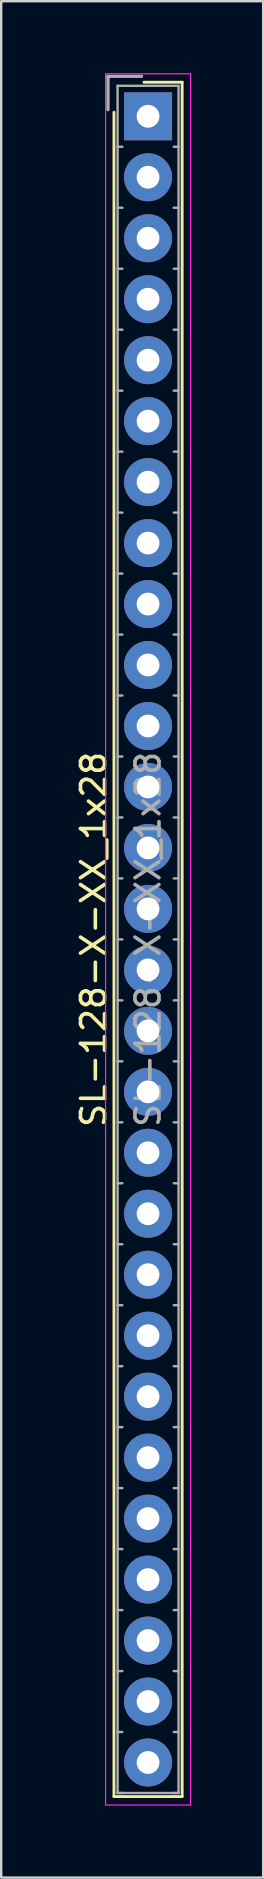
<source format=kicad_pcb>
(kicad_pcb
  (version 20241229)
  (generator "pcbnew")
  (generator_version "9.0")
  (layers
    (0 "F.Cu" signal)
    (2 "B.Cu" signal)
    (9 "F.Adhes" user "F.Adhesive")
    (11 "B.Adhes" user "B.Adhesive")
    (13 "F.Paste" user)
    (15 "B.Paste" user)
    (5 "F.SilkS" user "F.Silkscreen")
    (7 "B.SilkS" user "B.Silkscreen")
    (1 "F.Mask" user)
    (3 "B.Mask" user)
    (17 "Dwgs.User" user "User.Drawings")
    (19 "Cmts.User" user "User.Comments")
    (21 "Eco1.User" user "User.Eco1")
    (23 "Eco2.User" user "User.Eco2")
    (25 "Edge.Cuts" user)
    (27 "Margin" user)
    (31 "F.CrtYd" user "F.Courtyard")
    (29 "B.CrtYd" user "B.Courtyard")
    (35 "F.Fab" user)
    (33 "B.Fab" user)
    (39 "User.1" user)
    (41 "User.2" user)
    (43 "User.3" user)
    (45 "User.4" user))
  (footprint "SL-128-X-XX_1x28"
    (layer "F.Cu")
    (at 3.118 1.795)
    (property "Reference" "SL-128-X-XX_1x28" (at -2.27 34.29 90) (layer "F.SilkS") (effects (font (size 1 1) (thickness 0.15))))
    (attr through_hole)
    (fp_line (start -1.67 -1.67) (end -1.67 -0.27) (stroke (width 0.12) (type solid)) (layer "F.SilkS"))
    (fp_line (start -1.42 70) (end -1.42 -0.17) (stroke (width 0.12) (type solid)) (layer "F.SilkS"))
    (fp_line (start -0.27 -1.67) (end -1.67 -1.67) (stroke (width 0.12) (type solid)) (layer "F.SilkS"))
    (fp_line (start -0.17 -1.42) (end 1.42 -1.42) (stroke (width 0.12) (type solid)) (layer "F.SilkS"))
    (fp_line (start 1.42 -1.42) (end 1.42 70) (stroke (width 0.12) (type solid)) (layer "F.SilkS"))
    (fp_line (start 1.42 70) (end -1.42 70) (stroke (width 0.12) (type solid)) (layer "F.SilkS"))
    (fp_line (start -1.77 -1.77) (end -1.77 70.35) (stroke (width 0.05) (type solid)) (layer "F.CrtYd"))
    (fp_line (start -1.77 70.35) (end 1.77 70.35) (stroke (width 0.05) (type solid)) (layer "F.CrtYd"))
    (fp_line (start 1.77 -1.77) (end -1.77 -1.77) (stroke (width 0.05) (type solid)) (layer "F.CrtYd"))
    (fp_line (start 1.77 70.35) (end 1.77 -1.77) (stroke (width 0.05) (type solid)) (layer "F.CrtYd"))
    (fp_line (start -1.67 -1.67) (end -1.67 -0.27) (stroke (width 0.1) (type solid)) (layer "F.Fab"))
    (fp_line (start -1.27 -1.27) (end -1.27 69.85) (stroke (width 0.1) (type solid)) (layer "F.Fab"))
    (fp_line (start -1.27 1.27) (end -1.07 1.27) (stroke (width 0.1) (type solid)) (layer "F.Fab"))
    (fp_line (start -1.27 3.81) (end -1.07 3.81) (stroke (width 0.1) (type solid)) (layer "F.Fab"))
    (fp_line (start -1.27 6.35) (end -1.07 6.35) (stroke (width 0.1) (type solid)) (layer "F.Fab"))
    (fp_line (start -1.27 8.89) (end -1.07 8.89) (stroke (width 0.1) (type solid)) (layer "F.Fab"))
    (fp_line (start -1.27 11.43) (end -1.07 11.43) (stroke (width 0.1) (type solid)) (layer "F.Fab"))
    (fp_line (start -1.27 13.97) (end -1.07 13.97) (stroke (width 0.1) (type solid)) (layer "F.Fab"))
    (fp_line (start -1.27 16.51) (end -1.07 16.51) (stroke (width 0.1) (type solid)) (layer "F.Fab"))
    (fp_line (start -1.27 19.05) (end -1.07 19.05) (stroke (width 0.1) (type solid)) (layer "F.Fab"))
    (fp_line (start -1.27 21.59) (end -1.07 21.59) (stroke (width 0.1) (type solid)) (layer "F.Fab"))
    (fp_line (start -1.27 24.13) (end -1.07 24.13) (stroke (width 0.1) (type solid)) (layer "F.Fab"))
    (fp_line (start -1.27 26.67) (end -1.07 26.67) (stroke (width 0.1) (type solid)) (layer "F.Fab"))
    (fp_line (start -1.27 29.21) (end -1.07 29.21) (stroke (width 0.1) (type solid)) (layer "F.Fab"))
    (fp_line (start -1.27 31.75) (end -1.07 31.75) (stroke (width 0.1) (type solid)) (layer "F.Fab"))
    (fp_line (start -1.27 34.29) (end -1.07 34.29) (stroke (width 0.1) (type solid)) (layer "F.Fab"))
    (fp_line (start -1.27 36.83) (end -1.07 36.83) (stroke (width 0.1) (type solid)) (layer "F.Fab"))
    (fp_line (start -1.27 39.37) (end -1.07 39.37) (stroke (width 0.1) (type solid)) (layer "F.Fab"))
    (fp_line (start -1.27 41.91) (end -1.07 41.91) (stroke (width 0.1) (type solid)) (layer "F.Fab"))
    (fp_line (start -1.27 44.45) (end -1.07 44.45) (stroke (width 0.1) (type solid)) (layer "F.Fab"))
    (fp_line (start -1.27 46.99) (end -1.07 46.99) (stroke (width 0.1) (type solid)) (layer "F.Fab"))
    (fp_line (start -1.27 49.53) (end -1.07 49.53) (stroke (width 0.1) (type solid)) (layer "F.Fab"))
    (fp_line (start -1.27 52.07) (end -1.07 52.07) (stroke (width 0.1) (type solid)) (layer "F.Fab"))
    (fp_line (start -1.27 54.61) (end -1.07 54.61) (stroke (width 0.1) (type solid)) (layer "F.Fab"))
    (fp_line (start -1.27 57.15) (end -1.07 57.15) (stroke (width 0.1) (type solid)) (layer "F.Fab"))
    (fp_line (start -1.27 59.69) (end -1.07 59.69) (stroke (width 0.1) (type solid)) (layer "F.Fab"))
    (fp_line (start -1.27 62.23) (end -1.07 62.23) (stroke (width 0.1) (type solid)) (layer "F.Fab"))
    (fp_line (start -1.27 64.77) (end -1.07 64.77) (stroke (width 0.1) (type solid)) (layer "F.Fab"))
    (fp_line (start -1.27 67.31) (end -1.07 67.31) (stroke (width 0.1) (type solid)) (layer "F.Fab"))
    (fp_line (start -1.27 69.85) (end -1.07 69.85) (stroke (width 0.1) (type solid)) (layer "F.Fab"))
    (fp_line (start -1.27 69.85) (end 1.27 69.85) (stroke (width 0.1) (type solid)) (layer "F.Fab"))
    (fp_line (start -0.27 -1.67) (end -1.67 -1.67) (stroke (width 0.1) (type solid)) (layer "F.Fab"))
    (fp_line (start 1.27 -1.27) (end -1.27 -1.27) (stroke (width 0.1) (type solid)) (layer "F.Fab"))
    (fp_line (start 1.27 1.27) (end 1.07 1.27) (stroke (width 0.1) (type solid)) (layer "F.Fab"))
    (fp_line (start 1.27 3.81) (end 1.07 3.81) (stroke (width 0.1) (type solid)) (layer "F.Fab"))
    (fp_line (start 1.27 6.35) (end 1.07 6.35) (stroke (width 0.1) (type solid)) (layer "F.Fab"))
    (fp_line (start 1.27 8.89) (end 1.07 8.89) (stroke (width 0.1) (type solid)) (layer "F.Fab"))
    (fp_line (start 1.27 11.43) (end 1.07 11.43) (stroke (width 0.1) (type solid)) (layer "F.Fab"))
    (fp_line (start 1.27 13.97) (end 1.07 13.97) (stroke (width 0.1) (type solid)) (layer "F.Fab"))
    (fp_line (start 1.27 16.51) (end 1.07 16.51) (stroke (width 0.1) (type solid)) (layer "F.Fab"))
    (fp_line (start 1.27 19.05) (end 1.07 19.05) (stroke (width 0.1) (type solid)) (layer "F.Fab"))
    (fp_line (start 1.27 21.59) (end 1.07 21.59) (stroke (width 0.1) (type solid)) (layer "F.Fab"))
    (fp_line (start 1.27 24.13) (end 1.07 24.13) (stroke (width 0.1) (type solid)) (layer "F.Fab"))
    (fp_line (start 1.27 26.67) (end 1.07 26.67) (stroke (width 0.1) (type solid)) (layer "F.Fab"))
    (fp_line (start 1.27 29.21) (end 1.07 29.21) (stroke (width 0.1) (type solid)) (layer "F.Fab"))
    (fp_line (start 1.27 31.75) (end 1.07 31.75) (stroke (width 0.1) (type solid)) (layer "F.Fab"))
    (fp_line (start 1.27 34.29) (end 1.07 34.29) (stroke (width 0.1) (type solid)) (layer "F.Fab"))
    (fp_line (start 1.27 36.83) (end 1.07 36.83) (stroke (width 0.1) (type solid)) (layer "F.Fab"))
    (fp_line (start 1.27 39.37) (end 1.07 39.37) (stroke (width 0.1) (type solid)) (layer "F.Fab"))
    (fp_line (start 1.27 41.91) (end 1.07 41.91) (stroke (width 0.1) (type solid)) (layer "F.Fab"))
    (fp_line (start 1.27 44.45) (end 1.07 44.45) (stroke (width 0.1) (type solid)) (layer "F.Fab"))
    (fp_line (start 1.27 46.99) (end 1.07 46.99) (stroke (width 0.1) (type solid)) (layer "F.Fab"))
    (fp_line (start 1.27 49.53) (end 1.07 49.53) (stroke (width 0.1) (type solid)) (layer "F.Fab"))
    (fp_line (start 1.27 52.07) (end 1.07 52.07) (stroke (width 0.1) (type solid)) (layer "F.Fab"))
    (fp_line (start 1.27 54.61) (end 1.07 54.61) (stroke (width 0.1) (type solid)) (layer "F.Fab"))
    (fp_line (start 1.27 57.15) (end 1.07 57.15) (stroke (width 0.1) (type solid)) (layer "F.Fab"))
    (fp_line (start 1.27 59.69) (end 1.07 59.69) (stroke (width 0.1) (type solid)) (layer "F.Fab"))
    (fp_line (start 1.27 62.23) (end 1.07 62.23) (stroke (width 0.1) (type solid)) (layer "F.Fab"))
    (fp_line (start 1.27 64.77) (end 1.07 64.77) (stroke (width 0.1) (type solid)) (layer "F.Fab"))
    (fp_line (start 1.27 67.31) (end 1.07 67.31) (stroke (width 0.1) (type solid)) (layer "F.Fab"))
    (fp_line (start 1.27 69.85) (end 1.07 69.85) (stroke (width 0.1) (type solid)) (layer "F.Fab"))
    (fp_line (start 1.27 69.85) (end 1.27 -1.27) (stroke (width 0.1) (type solid)) (layer "F.Fab"))
    (fp_text user "${REFERENCE}" (at 0 34.29 90) (layer "F.Fab") (effects (font (size 1 1) (thickness 0.15))))
    (pad "1" thru_hole rect (at 0 0) (size 2 2) (drill 0.95) (layers "*.Cu" "*.Mask"))
    (pad "2" thru_hole circle (at 0 2.54) (size 2 2) (drill 0.95) (layers "*.Cu" "*.Mask"))
    (pad "3" thru_hole circle (at 0 5.08) (size 2 2) (drill 0.95) (layers "*.Cu" "*.Mask"))
    (pad "4" thru_hole circle (at 0 7.62) (size 2 2) (drill 0.95) (layers "*.Cu" "*.Mask"))
    (pad "5" thru_hole circle (at 0 10.16) (size 2 2) (drill 0.95) (layers "*.Cu" "*.Mask"))
    (pad "6" thru_hole circle (at 0 12.7) (size 2 2) (drill 0.95) (layers "*.Cu" "*.Mask"))
    (pad "7" thru_hole circle (at 0 15.24) (size 2 2) (drill 0.95) (layers "*.Cu" "*.Mask"))
    (pad "8" thru_hole circle (at 0 17.78) (size 2 2) (drill 0.95) (layers "*.Cu" "*.Mask"))
    (pad "9" thru_hole circle (at 0 20.32) (size 2 2) (drill 0.95) (layers "*.Cu" "*.Mask"))
    (pad "10" thru_hole circle (at 0 22.86) (size 2 2) (drill 0.95) (layers "*.Cu" "*.Mask"))
    (pad "11" thru_hole circle (at 0 25.4) (size 2 2) (drill 0.95) (layers "*.Cu" "*.Mask"))
    (pad "12" thru_hole circle (at 0 27.94) (size 2 2) (drill 0.95) (layers "*.Cu" "*.Mask"))
    (pad "13" thru_hole circle (at 0 30.48) (size 2 2) (drill 0.95) (layers "*.Cu" "*.Mask"))
    (pad "14" thru_hole circle (at 0 33.02) (size 2 2) (drill 0.95) (layers "*.Cu" "*.Mask"))
    (pad "15" thru_hole circle (at 0 35.56) (size 2 2) (drill 0.95) (layers "*.Cu" "*.Mask"))
    (pad "16" thru_hole circle (at 0 38.1) (size 2 2) (drill 0.95) (layers "*.Cu" "*.Mask"))
    (pad "17" thru_hole circle (at 0 40.64) (size 2 2) (drill 0.95) (layers "*.Cu" "*.Mask"))
    (pad "18" thru_hole circle (at 0 43.18) (size 2 2) (drill 0.95) (layers "*.Cu" "*.Mask"))
    (pad "19" thru_hole circle (at 0 45.72) (size 2 2) (drill 0.95) (layers "*.Cu" "*.Mask"))
    (pad "20" thru_hole circle (at 0 48.26) (size 2 2) (drill 0.95) (layers "*.Cu" "*.Mask"))
    (pad "21" thru_hole circle (at 0 50.8) (size 2 2) (drill 0.95) (layers "*.Cu" "*.Mask"))
    (pad "22" thru_hole circle (at 0 53.34) (size 2 2) (drill 0.95) (layers "*.Cu" "*.Mask"))
    (pad "23" thru_hole circle (at 0 55.88) (size 2 2) (drill 0.95) (layers "*.Cu" "*.Mask"))
    (pad "24" thru_hole circle (at 0 58.42) (size 2 2) (drill 0.95) (layers "*.Cu" "*.Mask"))
    (pad "25" thru_hole circle (at 0 60.96) (size 2 2) (drill 0.95) (layers "*.Cu" "*.Mask"))
    (pad "26" thru_hole circle (at 0 63.5) (size 2 2) (drill 0.95) (layers "*.Cu" "*.Mask"))
    (pad "27" thru_hole circle (at 0 66.04) (size 2 2) (drill 0.95) (layers "*.Cu" "*.Mask"))
    (pad "28" thru_hole circle (at 0 68.58) (size 2 2) (drill 0.95) (layers "*.Cu" "*.Mask")))
  (gr_rect
    (start -3 -3)
    (end 7.913 75.17)
    (stroke (width 0.1) (type default))
    (fill no)
    (layer "Edge.Cuts")))
</source>
